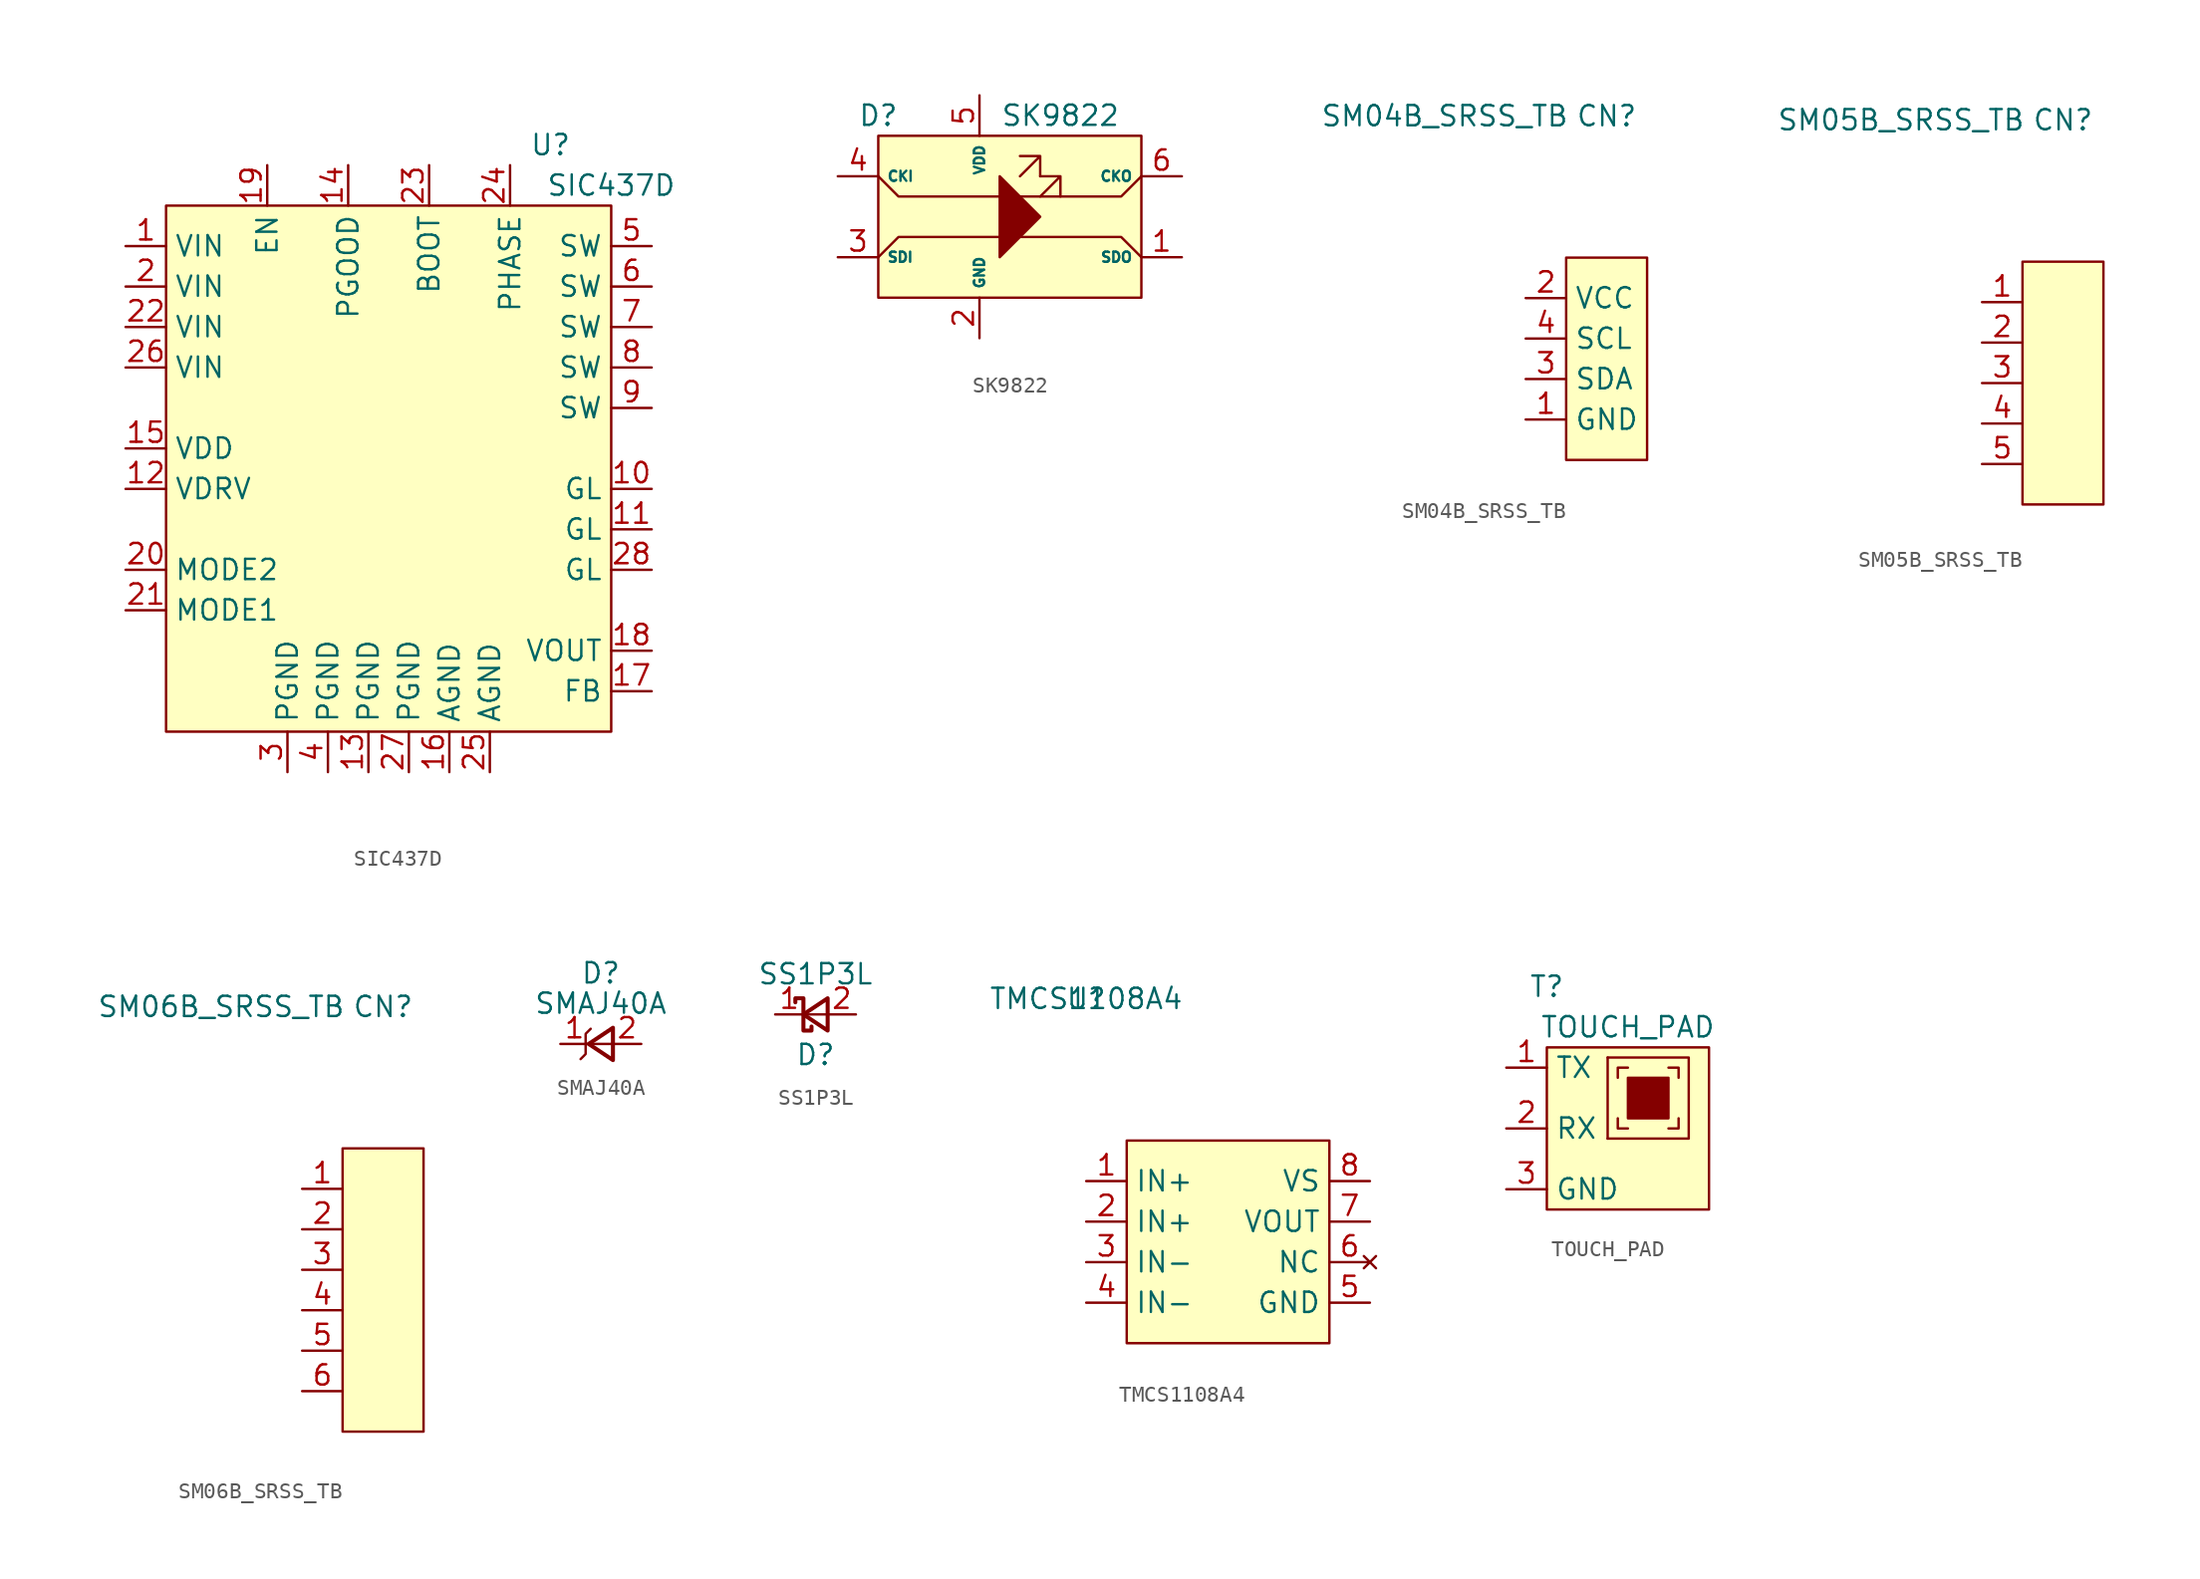
<source format=kicad_sym>
(kicad_symbol_lib
  (version 20211014)
  (generator kicad_symbol_editor)
  (symbol "SIC437D"
    (property "Reference" "U"
      (at 26.67 6.35 0)
      (effects (font (size 1.27 1.27))))
    (property "Value" "SIC437D"
      (at 30.48 3.81 0)
      (effects (font (size 1.27 1.27))))
    (symbol "SIC437D_0_0"
      (rectangle (start 2.54 2.54) (end 30.48 -30.48) (stroke (width 0) (type default) (color 0 0 0 0)) (fill (type background))))
    (symbol "SIC437D_1_1"
      (pin power_in line (at 0 0 0) (length 2.54) (name "VIN" (effects (font (size 1.27 1.27)))) (number "1" (effects (font (size 1.27 1.27)))))
      (pin output line (at 33.02 -15.24 180) (length 2.54) (name "GL" (effects (font (size 1.27 1.27)))) (number "10" (effects (font (size 1.27 1.27)))))
      (pin output line (at 33.02 -17.78 180) (length 2.54) (name "GL" (effects (font (size 1.27 1.27)))) (number "11" (effects (font (size 1.27 1.27)))))
      (pin power_out line (at 0 -15.24 0) (length 2.54) (name "VDRV" (effects (font (size 1.27 1.27)))) (number "12" (effects (font (size 1.27 1.27)))))
      (pin power_in line (at 15.24 -33.02 90) (length 2.54) (name "PGND" (effects (font (size 1.27 1.27)))) (number "13" (effects (font (size 1.27 1.27)))))
      (pin open_collector line (at 13.97 5.08 270) (length 2.54) (name "PGOOD" (effects (font (size 1.27 1.27)))) (number "14" (effects (font (size 1.27 1.27)))))
      (pin power_out line (at 0 -12.7 0) (length 2.54) (name "VDD" (effects (font (size 1.27 1.27)))) (number "15" (effects (font (size 1.27 1.27)))))
      (pin power_in line (at 20.32 -33.02 90) (length 2.54) (name "AGND" (effects (font (size 1.27 1.27)))) (number "16" (effects (font (size 1.27 1.27)))))
      (pin input line (at 33.02 -27.94 180) (length 2.54) (name "FB" (effects (font (size 1.27 1.27)))) (number "17" (effects (font (size 1.27 1.27)))))
      (pin input line (at 33.02 -25.4 180) (length 2.54) (name "VOUT" (effects (font (size 1.27 1.27)))) (number "18" (effects (font (size 1.27 1.27)))))
      (pin input line (at 8.89 5.08 270) (length 2.54) (name "EN" (effects (font (size 1.27 1.27)))) (number "19" (effects (font (size 1.27 1.27)))))
      (pin power_in line (at 0 -2.54 0) (length 2.54) (name "VIN" (effects (font (size 1.27 1.27)))) (number "2" (effects (font (size 1.27 1.27)))))
      (pin input line (at 0 -20.32 0) (length 2.54) (name "MODE2" (effects (font (size 1.27 1.27)))) (number "20" (effects (font (size 1.27 1.27)))))
      (pin input line (at 0 -22.86 0) (length 2.54) (name "MODE1" (effects (font (size 1.27 1.27)))) (number "21" (effects (font (size 1.27 1.27)))))
      (pin power_in line (at 0 -5.08 0) (length 2.54) (name "VIN" (effects (font (size 1.27 1.27)))) (number "22" (effects (font (size 1.27 1.27)))))
      (pin passive line (at 19.05 5.08 270) (length 2.54) (name "BOOT" (effects (font (size 1.27 1.27)))) (number "23" (effects (font (size 1.27 1.27)))))
      (pin passive line (at 24.13 5.08 270) (length 2.54) (name "PHASE" (effects (font (size 1.27 1.27)))) (number "24" (effects (font (size 1.27 1.27)))))
      (pin power_in line (at 22.86 -33.02 90) (length 2.54) (name "AGND" (effects (font (size 1.27 1.27)))) (number "25" (effects (font (size 1.27 1.27)))))
      (pin power_in line (at 0 -7.62 0) (length 2.54) (name "VIN" (effects (font (size 1.27 1.27)))) (number "26" (effects (font (size 1.27 1.27)))))
      (pin power_in line (at 17.78 -33.02 90) (length 2.54) (name "PGND" (effects (font (size 1.27 1.27)))) (number "27" (effects (font (size 1.27 1.27)))))
      (pin output line (at 33.02 -20.32 180) (length 2.54) (name "GL" (effects (font (size 1.27 1.27)))) (number "28" (effects (font (size 1.27 1.27)))))
      (pin power_in line (at 10.16 -33.02 90) (length 2.54) (name "PGND" (effects (font (size 1.27 1.27)))) (number "3" (effects (font (size 1.27 1.27)))))
      (pin power_in line (at 12.7 -33.02 90) (length 2.54) (name "PGND" (effects (font (size 1.27 1.27)))) (number "4" (effects (font (size 1.27 1.27)))))
      (pin power_out line (at 33.02 0 180) (length 2.54) (name "SW" (effects (font (size 1.27 1.27)))) (number "5" (effects (font (size 1.27 1.27)))))
      (pin power_out line (at 33.02 -2.54 180) (length 2.54) (name "SW" (effects (font (size 1.27 1.27)))) (number "6" (effects (font (size 1.27 1.27)))))
      (pin power_out line (at 33.02 -5.08 180) (length 2.54) (name "SW" (effects (font (size 1.27 1.27)))) (number "7" (effects (font (size 1.27 1.27)))))
      (pin power_out line (at 33.02 -7.62 180) (length 2.54) (name "SW" (effects (font (size 1.27 1.27)))) (number "8" (effects (font (size 1.27 1.27)))))
      (pin power_out line (at 33.02 -10.16 180) (length 2.54) (name "SW" (effects (font (size 1.27 1.27)))) (number "9" (effects (font (size 1.27 1.27)))))))
  (symbol "SK9822"
    (property "Reference" "D"
      (at 0 1.27 0)
      (effects (font (size 1.27 1.27))))
    (property "Value" "SK9822"
      (at 11.43 1.27 0)
      (effects (font (size 1.27 1.27))))
    (symbol "SK9822_0_1"
      (polyline (pts (xy 0 -7.62) (xy 1.27 -6.35) (xy 7.62 -6.35)) (stroke (width 0.152) (type default) (color 0 0 0 0)) (fill (type none)))
      (polyline (pts (xy 7.62 -3.81) (xy 1.27 -3.81) (xy 0 -2.54)) (stroke (width 0.152) (type default) (color 0 0 0 0)) (fill (type none)))
      (polyline (pts (xy 8.89 -6.35) (xy 15.24 -6.35) (xy 16.51 -7.62)) (stroke (width 0.152) (type default) (color 0 0 0 0)) (fill (type none)))
      (polyline (pts (xy 8.89 -3.81) (xy 15.24 -3.81) (xy 16.51 -2.54)) (stroke (width 0.152) (type default) (color 0 0 0 0)) (fill (type none)))
      (polyline (pts (xy 7.62 -2.54) (xy 7.62 -7.62) (xy 10.16 -5.08) (xy 7.62 -2.54)) (stroke (width 0.152) (type default) (color 0 0 0 0)) (fill (type outline)))
      (polyline (pts (xy 8.89 -2.54) (xy 10.16 -1.27) (xy 8.89 -1.27) (xy 10.16 -1.27) (xy 10.16 -2.54)) (stroke (width 0.152) (type default) (color 0 0 0 0)) (fill (type none)))
      (polyline (pts (xy 10.16 -3.81) (xy 11.43 -2.54) (xy 10.16 -2.54) (xy 11.43 -2.54) (xy 11.43 -3.81)) (stroke (width 0.152) (type default) (color 0 0 0 0)) (fill (type none)))
      (rectangle (start 0 0) (end 16.51 -10.16) (stroke (width 0.152) (type default) (color 0 0 0 0)) (fill (type background))))
    (symbol "SK9822_1_1"
      (pin input line (at 19.05 -7.62 180) (length 2.54) (name "SDO" (effects (font (size 0.635 0.635)))) (number "1" (effects (font (size 1.27 1.27)))))
      (pin input line (at 6.35 -12.7 90) (length 2.54) (name "GND" (effects (font (size 0.635 0.635)))) (number "2" (effects (font (size 1.27 1.27)))))
      (pin input line (at -2.54 -7.62 0) (length 2.54) (name "SDI" (effects (font (size 0.635 0.635)))) (number "3" (effects (font (size 1.27 1.27)))))
      (pin input line (at -2.54 -2.54 0) (length 2.54) (name "CKI" (effects (font (size 0.635 0.635)))) (number "4" (effects (font (size 1.27 1.27)))))
      (pin input line (at 6.35 2.54 270) (length 2.54) (name "VDD" (effects (font (size 0.635 0.635)))) (number "5" (effects (font (size 1.27 1.27)))))
      (pin input line (at 19.05 -2.54 180) (length 2.54) (name "CKO" (effects (font (size 0.635 0.635)))) (number "6" (effects (font (size 1.27 1.27)))))))
  (symbol "SM04B_SRSS_TB"
    (property "Reference" "CN"
      (at 5.08 11.43 0)
      (effects (font (size 1.27 1.27))))
    (property "Value" "SM04B_SRSS_TB"
      (at -5.08 11.43 0)
      (effects (font (size 1.27 1.27))))
    (symbol "SM04B_SRSS_TB_0_0"
      (pin passive line (at 0 -7.62 0) (length 2.54) (name "GND" (effects (font (size 1.27 1.27)))) (number "1" (effects (font (size 1.27 1.27)))))
      (pin passive line (at 0 0 0) (length 2.54) (name "VCC" (effects (font (size 1.27 1.27)))) (number "2" (effects (font (size 1.27 1.27)))))
      (pin bidirectional line (at 0 -5.08 0) (length 2.54) (name "SDA" (effects (font (size 1.27 1.27)))) (number "3" (effects (font (size 1.27 1.27)))))
      (pin passive line (at 0 -2.54 0) (length 2.54) (name "SCL" (effects (font (size 1.27 1.27)))) (number "4" (effects (font (size 1.27 1.27))))))
    (symbol "SM04B_SRSS_TB_0_1"
      (rectangle (start 2.54 2.54) (end 7.62 -10.16) (stroke (width 0) (type default) (color 0 0 0 0)) (fill (type background))))
    (symbol "SM04B_SRSS_TB_1_1"
      (pin no_connect line (at 7.62 2.54 180) (length 5.08) hide (name "X" (effects (font (size 1.27 1.27)))) (number "X" (effects (font (size 1.27 1.27)))))))
  (symbol "SM05B_SRSS_TB"
    (property "Reference" "CN"
      (at 5.08 11.43 0)
      (effects (font (size 1.27 1.27))))
    (property "Value" "SM05B_SRSS_TB"
      (at -5.08 11.43 0)
      (effects (font (size 1.27 1.27))))
    (symbol "SM05B_SRSS_TB_0_0"
      (pin passive line (at 0 0 0) (length 2.54) (name "" (effects (font (size 1.27 1.27)))) (number "1" (effects (font (size 1.27 1.27)))))
      (pin passive line (at 0 -2.54 0) (length 2.54) (name "" (effects (font (size 1.27 1.27)))) (number "2" (effects (font (size 1.27 1.27)))))
      (pin passive line (at 0 -5.08 0) (length 2.54) (name "" (effects (font (size 1.27 1.27)))) (number "3" (effects (font (size 1.27 1.27)))))
      (pin passive line (at 0 -7.62 0) (length 2.54) (name "" (effects (font (size 1.27 1.27)))) (number "4" (effects (font (size 1.27 1.27)))))
      (pin passive line (at 0 -10.16 0) (length 2.54) (name "" (effects (font (size 1.27 1.27)))) (number "5" (effects (font (size 1.27 1.27))))))
    (symbol "SM05B_SRSS_TB_0_1"
      (rectangle (start 2.54 2.54) (end 7.62 -12.7) (stroke (width 0) (type default) (color 0 0 0 0)) (fill (type background)))))
  (symbol "SM06B_SRSS_TB"
    (property "Reference" "CN"
      (at 5.08 11.43 0)
      (effects (font (size 1.27 1.27))))
    (property "Value" "SM06B_SRSS_TB"
      (at -5.08 11.43 0)
      (effects (font (size 1.27 1.27))))
    (symbol "SM06B_SRSS_TB_0_0"
      (pin passive line (at 0 0 0) (length 2.54) (name "" (effects (font (size 1.27 1.27)))) (number "1" (effects (font (size 1.27 1.27)))))
      (pin passive line (at 0 -2.54 0) (length 2.54) (name "" (effects (font (size 1.27 1.27)))) (number "2" (effects (font (size 1.27 1.27)))))
      (pin passive line (at 0 -5.08 0) (length 2.54) (name "" (effects (font (size 1.27 1.27)))) (number "3" (effects (font (size 1.27 1.27)))))
      (pin passive line (at 0 -7.62 0) (length 2.54) (name "" (effects (font (size 1.27 1.27)))) (number "4" (effects (font (size 1.27 1.27)))))
      (pin passive line (at 0 -10.16 0) (length 2.54) (name "" (effects (font (size 1.27 1.27)))) (number "5" (effects (font (size 1.27 1.27)))))
      (pin passive line (at 0 -12.7 0) (length 2.54) (name "" (effects (font (size 1.27 1.27)))) (number "6" (effects (font (size 1.27 1.27))))))
    (symbol "SM06B_SRSS_TB_0_1"
      (rectangle (start 2.54 2.54) (end 7.62 -15.24) (stroke (width 0) (type default) (color 0 0 0 0)) (fill (type background))))
    (symbol "SM06B_SRSS_TB_1_1"
      (pin no_connect line (at 7.62 2.54 180) (length 5.08) hide (name "X" (effects (font (size 1.27 1.27)))) (number "X" (effects (font (size 1.27 1.27)))))))
  (symbol "SMAJ40A"
    (property "Reference" "D"
      (at 2.54 4.445 0)
      (effects (font (size 1.27 1.27))))
    (property "Value" "SMAJ40A"
      (at 2.54 2.54 0)
      (effects (font (size 1.27 1.27))))
    (symbol "SMAJ40A_0_1"
      (polyline (pts (xy 3.302 0) (xy 1.778 0)) (stroke (width 0) (type default) (color 0 0 0 0)) (fill (type none)))
      (polyline (pts (xy 1.905 0.953) (xy 1.587 0.635) (xy 1.587 -0.635) (xy 1.27 -0.953)) (stroke (width 0) (type default) (color 0 0 0 0)) (fill (type none)))
      (polyline (pts (xy 3.302 1.016) (xy 1.778 0) (xy 3.302 -1.016) (xy 3.302 1.016)) (stroke (width 0.254) (type default) (color 0 0 0 0)) (fill (type none))))
    (symbol "SMAJ40A_1_1"
      (pin passive line (at 0 0 0) (length 1.778) (name "" (effects (font (size 1.27 1.27)))) (number "1" (effects (font (size 1.27 1.27)))))
      (pin passive line (at 5.08 0 180) (length 1.778) (name "" (effects (font (size 1.27 1.27)))) (number "2" (effects (font (size 1.27 1.27)))))))
  (symbol "SS1P3L"
    (property "Reference" "D"
      (at 2.54 -2.54 0)
      (effects (font (size 1.27 1.27))))
    (property "Value" "SS1P3L"
      (at 2.54 2.54 0)
      (effects (font (size 1.27 1.27))))
    (symbol "SS1P3L_0_1"
      (polyline (pts (xy 1.778 0) (xy 3.302 0)) (stroke (width 0) (type default) (color 0 0 0 0)) (fill (type none)))
      (polyline (pts (xy 3.302 -1.016) (xy 1.778 0) (xy 3.302 1.016) (xy 3.302 -1.016)) (stroke (width 0.254) (type default) (color 0 0 0 0)) (fill (type none)))
      (polyline (pts (xy 1.27 0.762) (xy 1.27 1.016) (xy 1.778 1.016) (xy 1.778 -1.016) (xy 2.286 -1.016) (xy 2.286 -0.762)) (stroke (width 0.254) (type default) (color 0 0 0 0)) (fill (type none))))
    (symbol "SS1P3L_1_1"
      (pin passive line (at 0 0 0) (length 1.778) (name "" (effects (font (size 1.27 1.27)))) (number "1" (effects (font (size 1.27 1.27)))))
      (pin passive line (at 5.08 0 180) (length 1.778) (name "" (effects (font (size 1.27 1.27)))) (number "2" (effects (font (size 1.27 1.27)))))))
  (symbol "TMCS1108A4"
    (property "Reference" "U"
      (at 0 11.43 0)
      (effects (font (size 1.27 1.27))))
    (property "Value" "TMCS1108A4"
      (at 0 11.43 0)
      (effects (font (size 1.27 1.27))))
    (symbol "TMCS1108A4_0_0"
      (pin power_in line (at 0 0 0) (length 2.54) (name "IN+" (effects (font (size 1.27 1.27)))) (number "1" (effects (font (size 1.27 1.27)))))
      (pin power_in line (at 0 -2.54 0) (length 2.54) (name "IN+" (effects (font (size 1.27 1.27)))) (number "2" (effects (font (size 1.27 1.27)))))
      (pin power_out line (at 0 -5.08 0) (length 2.54) (name "IN-" (effects (font (size 1.27 1.27)))) (number "3" (effects (font (size 1.27 1.27)))))
      (pin power_out line (at 0 -7.62 0) (length 2.54) (name "IN-" (effects (font (size 1.27 1.27)))) (number "4" (effects (font (size 1.27 1.27)))))
      (pin power_in line (at 17.78 -7.62 180) (length 2.54) (name "GND" (effects (font (size 1.27 1.27)))) (number "5" (effects (font (size 1.27 1.27)))))
      (pin no_connect line (at 17.78 -5.08 180) (length 2.54) (name "NC" (effects (font (size 1.27 1.27)))) (number "6" (effects (font (size 1.27 1.27)))))
      (pin output line (at 17.78 -2.54 180) (length 2.54) (name "VOUT" (effects (font (size 1.27 1.27)))) (number "7" (effects (font (size 1.27 1.27)))))
      (pin power_in line (at 17.78 0 180) (length 2.54) (name "VS" (effects (font (size 1.27 1.27)))) (number "8" (effects (font (size 1.27 1.27))))))
    (symbol "TMCS1108A4_0_1"
      (rectangle (start 2.54 2.54) (end 15.24 -10.16) (stroke (width 0) (type default) (color 0 0 0 0)) (fill (type background)))))
  (symbol "TOUCH_PAD"
    (property "Reference" "T"
      (at 2.54 5.08 0)
      (effects (font (size 1.27 1.27))))
    (property "Value" "TOUCH_PAD"
      (at 7.62 2.54 0)
      (effects (font (size 1.27 1.27))))
    (symbol "TOUCH_PAD_0_1"
      (polyline (pts (xy 6.35 0.635) (xy 6.35 -4.445)) (stroke (width 0) (type default) (color 0 0 0 0)) (fill (type none)))
      (polyline (pts (xy 6.985 -0.635) (xy 6.985 0) (xy 7.62 0)) (stroke (width 0) (type default) (color 0 0 0 0)) (fill (type none)))
      (polyline (pts (xy 7.62 -3.81) (xy 6.985 -3.81) (xy 6.985 -3.175)) (stroke (width 0) (type default) (color 0 0 0 0)) (fill (type none)))
      (polyline (pts (xy 10.16 0) (xy 10.795 0) (xy 10.795 -0.635)) (stroke (width 0) (type default) (color 0 0 0 0)) (fill (type none)))
      (polyline (pts (xy 10.795 -3.175) (xy 10.795 -3.81) (xy 10.16 -3.81)) (stroke (width 0) (type default) (color 0 0 0 0)) (fill (type none)))
      (polyline (pts (xy 6.35 0.635) (xy 11.43 0.635) (xy 11.43 -4.445) (xy 6.35 -4.445)) (stroke (width 0) (type default) (color 0 0 0 0)) (fill (type none)))
      (rectangle (start 2.54 1.27) (end 12.7 -8.89) (stroke (width 0) (type default) (color 0 0 0 0)) (fill (type background)))
      (rectangle (start 7.62 -0.635) (end 10.16 -3.175) (stroke (width 0) (type default) (color 0 0 0 0)) (fill (type outline))))
    (symbol "TOUCH_PAD_1_1"
      (pin output line (at 0 0 0) (length 2.54) (name "TX" (effects (font (size 1.27 1.27)))) (number "1" (effects (font (size 1.27 1.27)))))
      (pin input line (at 0 -3.81 0) (length 2.54) (name "RX" (effects (font (size 1.27 1.27)))) (number "2" (effects (font (size 1.27 1.27)))))
      (pin power_in line (at 0 -7.62 0) (length 2.54) (name "GND" (effects (font (size 1.27 1.27)))) (number "3" (effects (font (size 1.27 1.27))))))))
</source>
